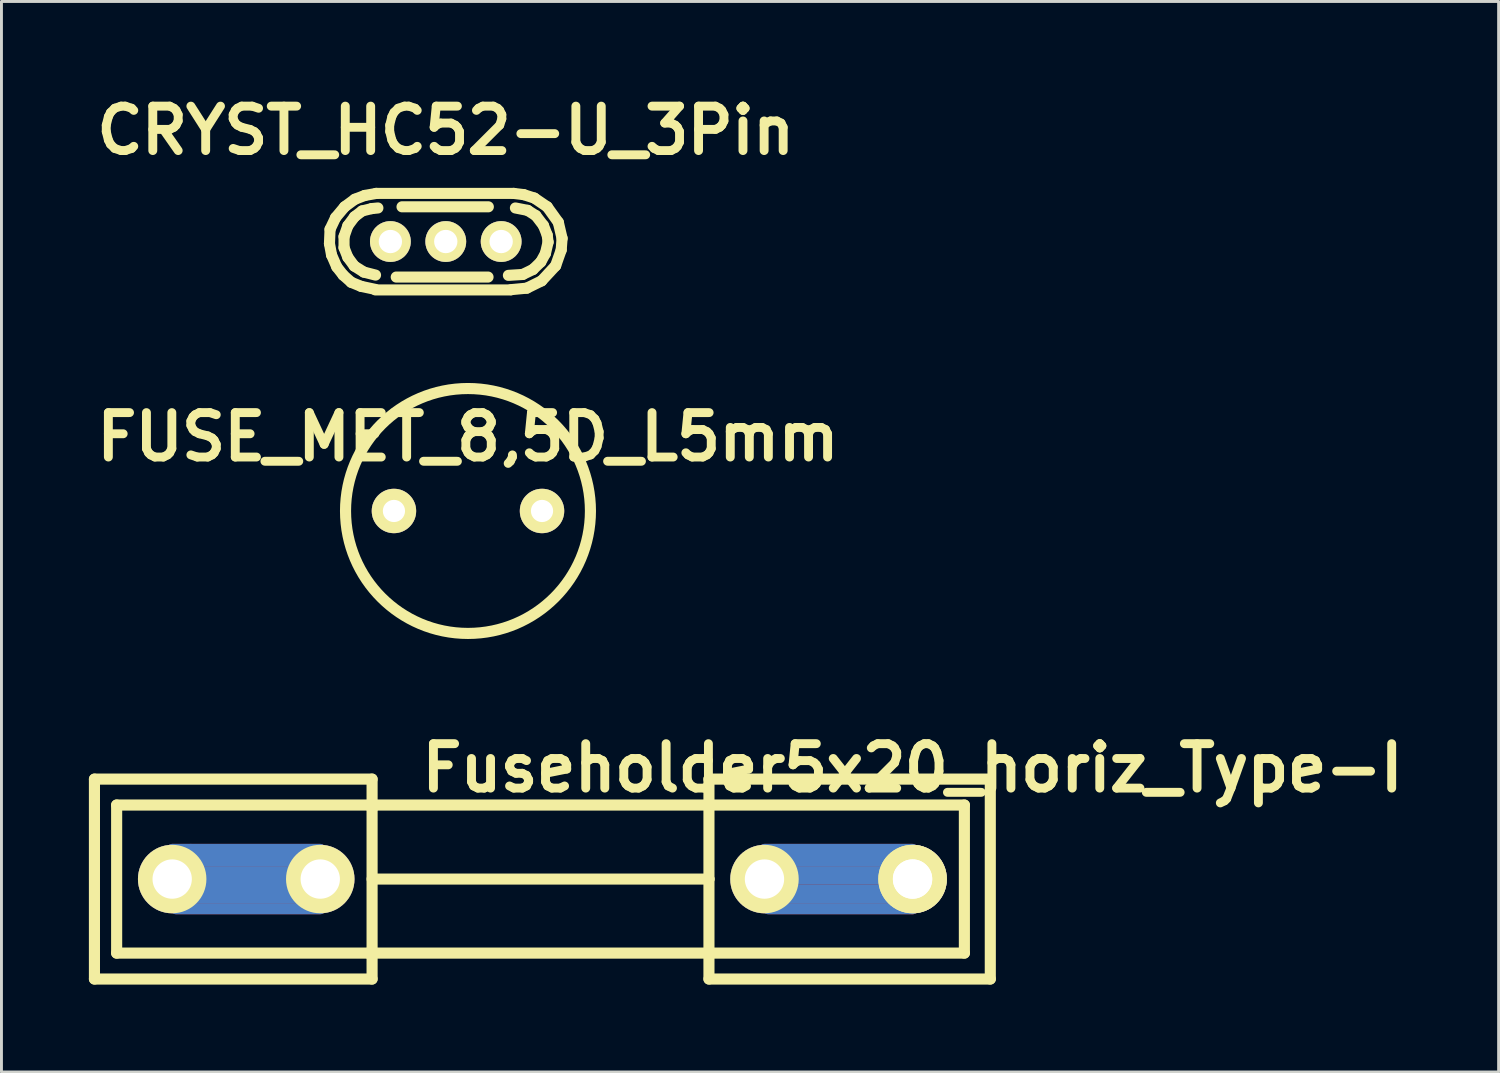
<source format=kicad_pcb>
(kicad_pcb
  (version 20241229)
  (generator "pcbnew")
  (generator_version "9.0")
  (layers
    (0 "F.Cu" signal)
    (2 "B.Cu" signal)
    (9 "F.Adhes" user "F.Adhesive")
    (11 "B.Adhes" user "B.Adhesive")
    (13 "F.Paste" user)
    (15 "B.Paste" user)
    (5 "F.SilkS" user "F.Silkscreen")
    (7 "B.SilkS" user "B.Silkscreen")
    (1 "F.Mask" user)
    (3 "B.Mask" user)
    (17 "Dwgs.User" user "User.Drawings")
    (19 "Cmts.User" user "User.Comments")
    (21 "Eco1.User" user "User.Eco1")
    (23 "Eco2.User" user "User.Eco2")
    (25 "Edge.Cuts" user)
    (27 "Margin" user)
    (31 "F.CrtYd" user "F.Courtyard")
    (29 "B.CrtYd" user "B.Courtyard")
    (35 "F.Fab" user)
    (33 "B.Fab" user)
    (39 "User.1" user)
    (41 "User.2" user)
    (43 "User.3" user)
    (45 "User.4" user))
  (footprint "CRYST_HC52-U_3Pin"
    (layer "F.Cu")
    (at 12.243 5.236)
    (property "Reference" "CRYST_HC52-U_3Pin" (at 0 -3.81 0) (layer "F.SilkS") (effects (font (size 1.524 1.524) (thickness 0.305))))
    (attr through_hole)
    (fp_line (start -3.99 0.071) (end -3.97 -0.419) (stroke (width 0.381) (type solid)) (layer "F.SilkS"))
    (fp_line (start -3.97 -0.419) (end -3.78 -0.82) (stroke (width 0.381) (type solid)) (layer "F.SilkS"))
    (fp_line (start -3.919 0.46) (end -3.99 0.071) (stroke (width 0.381) (type solid)) (layer "F.SilkS"))
    (fp_line (start -3.78 -0.82) (end -3.47 -1.191) (stroke (width 0.381) (type solid)) (layer "F.SilkS"))
    (fp_line (start -3.739 0.871) (end -3.919 0.46) (stroke (width 0.381) (type solid)) (layer "F.SilkS"))
    (fp_line (start -3.52 1.151) (end -3.739 0.871) (stroke (width 0.381) (type solid)) (layer "F.SilkS"))
    (fp_line (start -3.49 -0.17) (end -3.36 -0.541) (stroke (width 0.381) (type solid)) (layer "F.SilkS"))
    (fp_line (start -3.49 0.211) (end -3.49 -0.17) (stroke (width 0.381) (type solid)) (layer "F.SilkS"))
    (fp_line (start -3.47 -1.191) (end -3.119 -1.45) (stroke (width 0.381) (type solid)) (layer "F.SilkS"))
    (fp_line (start -3.36 -0.541) (end -3.129 -0.851) (stroke (width 0.381) (type solid)) (layer "F.SilkS"))
    (fp_line (start -3.36 0.541) (end -3.49 0.211) (stroke (width 0.381) (type solid)) (layer "F.SilkS"))
    (fp_line (start -3.241 1.4) (end -3.52 1.151) (stroke (width 0.381) (type solid)) (layer "F.SilkS"))
    (fp_line (start -3.139 0.841) (end -3.36 0.541) (stroke (width 0.381) (type solid)) (layer "F.SilkS"))
    (fp_line (start -3.129 -0.851) (end -2.87 -1.049) (stroke (width 0.381) (type solid)) (layer "F.SilkS"))
    (fp_line (start -3.119 -1.45) (end -2.779 -1.58) (stroke (width 0.381) (type solid)) (layer "F.SilkS"))
    (fp_line (start -2.901 1.539) (end -3.241 1.4) (stroke (width 0.381) (type solid)) (layer "F.SilkS"))
    (fp_line (start -2.87 -1.049) (end -2.54 -1.13) (stroke (width 0.381) (type solid)) (layer "F.SilkS"))
    (fp_line (start -2.809 1.049) (end -3.139 0.841) (stroke (width 0.381) (type solid)) (layer "F.SilkS"))
    (fp_line (start -2.779 -1.58) (end -2.38 -1.651) (stroke (width 0.381) (type solid)) (layer "F.SilkS"))
    (fp_line (start -2.54 -1.13) (end -2.329 -1.151) (stroke (width 0.381) (type solid)) (layer "F.SilkS"))
    (fp_line (start -2.421 1.641) (end -2.901 1.539) (stroke (width 0.381) (type solid)) (layer "F.SilkS"))
    (fp_line (start -2.41 1.151) (end -2.809 1.049) (stroke (width 0.381) (type solid)) (layer "F.SilkS"))
    (fp_line (start -2.39 -1.651) (end 2.329 -1.651) (stroke (width 0.381) (type solid)) (layer "F.SilkS"))
    (fp_line (start -1.699 1.219) (end 1.45 1.219) (stroke (width 0.381) (type solid)) (layer "F.SilkS"))
    (fp_line (start 1.46 -1.191) (end -1.501 -1.191) (stroke (width 0.381) (type solid)) (layer "F.SilkS"))
    (fp_line (start 2.22 1.661) (end -2.41 1.661) (stroke (width 0.381) (type solid)) (layer "F.SilkS"))
    (fp_line (start 2.329 -1.651) (end 2.67 -1.61) (stroke (width 0.381) (type solid)) (layer "F.SilkS"))
    (fp_line (start 2.39 -1.151) (end 2.809 -1.069) (stroke (width 0.381) (type solid)) (layer "F.SilkS"))
    (fp_line (start 2.639 1.13) (end 2.149 1.161) (stroke (width 0.381) (type solid)) (layer "F.SilkS"))
    (fp_line (start 2.67 -1.61) (end 3.04 -1.491) (stroke (width 0.381) (type solid)) (layer "F.SilkS"))
    (fp_line (start 2.779 1.6) (end 2.24 1.651) (stroke (width 0.381) (type solid)) (layer "F.SilkS"))
    (fp_line (start 2.809 -1.069) (end 3.091 -0.889) (stroke (width 0.381) (type solid)) (layer "F.SilkS"))
    (fp_line (start 2.99 0.96) (end 2.639 1.13) (stroke (width 0.381) (type solid)) (layer "F.SilkS"))
    (fp_line (start 3.04 -1.491) (end 3.48 -1.191) (stroke (width 0.381) (type solid)) (layer "F.SilkS"))
    (fp_line (start 3.091 -0.889) (end 3.35 -0.551) (stroke (width 0.381) (type solid)) (layer "F.SilkS"))
    (fp_line (start 3.259 0.701) (end 2.99 0.96) (stroke (width 0.381) (type solid)) (layer "F.SilkS"))
    (fp_line (start 3.289 1.349) (end 2.779 1.6) (stroke (width 0.381) (type solid)) (layer "F.SilkS"))
    (fp_line (start 3.35 -0.551) (end 3.48 -0.221) (stroke (width 0.381) (type solid)) (layer "F.SilkS"))
    (fp_line (start 3.419 0.409) (end 3.259 0.701) (stroke (width 0.381) (type solid)) (layer "F.SilkS"))
    (fp_line (start 3.48 -1.191) (end 3.861 -0.66) (stroke (width 0.381) (type solid)) (layer "F.SilkS"))
    (fp_line (start 3.48 -0.221) (end 3.51 0.02) (stroke (width 0.381) (type solid)) (layer "F.SilkS"))
    (fp_line (start 3.51 0.02) (end 3.419 0.409) (stroke (width 0.381) (type solid)) (layer "F.SilkS"))
    (fp_line (start 3.769 0.831) (end 3.289 1.349) (stroke (width 0.381) (type solid)) (layer "F.SilkS"))
    (fp_line (start 3.861 -0.66) (end 3.99 -0.109) (stroke (width 0.381) (type solid)) (layer "F.SilkS"))
    (fp_line (start 3.96 0.29) (end 3.769 0.831) (stroke (width 0.381) (type solid)) (layer "F.SilkS"))
    (fp_line (start 3.99 -0.109) (end 3.96 0.29) (stroke (width 0.381) (type solid)) (layer "F.SilkS"))
    (pad "1" thru_hole circle (at -1.9 0) (size 1.4 1.4) (drill 0.8) (layers "*.Cu" "*.Mask" "F.SilkS"))
    (pad "2" thru_hole circle (at 1.9 0) (size 1.4 1.4) (drill 0.8) (layers "*.Cu" "*.Mask" "F.SilkS"))
    (pad "3" thru_hole circle (at 0 0) (size 1.4 1.4) (drill 0.8) (layers "*.Cu" "*.Mask" "F.SilkS")))
  (footprint "Fuseholder5x20_horiz_Type-I"
    (layer "F.Cu")
    (at 15.557 27.108)
    (property "Reference" "Fuseholder5x20_horiz_Type-I" (at 12.7 -3.81 0) (layer "F.SilkS") (effects (font (size 1.524 1.524) (thickness 0.305))))
    (attr through_hole)
    (fp_line (start -12.7 -1.016) (end -7.62 -1.016) (stroke (width 0.381) (type solid)) (layer "F.Cu"))
    (fp_line (start -12.065 0.635) (end -8.382 0.635) (stroke (width 0.381) (type solid)) (layer "F.Cu"))
    (fp_line (start -11.938 -0.635) (end -8.509 -0.635) (stroke (width 0.381) (type solid)) (layer "F.Cu"))
    (fp_line (start -11.684 0) (end -8.636 0) (stroke (width 0.381) (type solid)) (layer "F.Cu"))
    (fp_line (start -8.636 -0.254) (end -11.684 -0.254) (stroke (width 0.381) (type solid)) (layer "F.Cu"))
    (fp_line (start -8.636 0.254) (end -11.684 0.254) (stroke (width 0.381) (type solid)) (layer "F.Cu"))
    (fp_line (start -7.62 1.016) (end -12.573 1.016) (stroke (width 0.381) (type solid)) (layer "F.Cu"))
    (fp_line (start 7.62 -1.016) (end 12.7 -1.016) (stroke (width 0.381) (type solid)) (layer "F.Cu"))
    (fp_line (start 8.255 -0.635) (end 11.938 -0.635) (stroke (width 0.381) (type solid)) (layer "F.Cu"))
    (fp_line (start 8.255 0.635) (end 11.938 0.635) (stroke (width 0.381) (type solid)) (layer "F.Cu"))
    (fp_line (start 8.509 -0.254) (end 11.811 -0.254) (stroke (width 0.381) (type solid)) (layer "F.Cu"))
    (fp_line (start 8.509 0.381) (end 8.255 0.635) (stroke (width 0.381) (type solid)) (layer "F.Cu"))
    (fp_line (start 8.636 0) (end 11.684 0) (stroke (width 0.381) (type solid)) (layer "F.Cu"))
    (fp_line (start 11.684 0) (end 11.811 0.381) (stroke (width 0.381) (type solid)) (layer "F.Cu"))
    (fp_line (start 11.811 0.381) (end 8.509 0.381) (stroke (width 0.381) (type solid)) (layer "F.Cu"))
    (fp_line (start 11.938 0.635) (end 12.7 1.016) (stroke (width 0.381) (type solid)) (layer "F.Cu"))
    (fp_line (start 12.7 1.016) (end 7.747 1.016) (stroke (width 0.381) (type solid)) (layer "F.Cu"))
    (fp_line (start -12.573 1.016) (end -7.62 1.016) (stroke (width 0.381) (type solid)) (layer "B.Cu"))
    (fp_line (start -12.065 -1.016) (end -12.7 -1.016) (stroke (width 0.381) (type solid)) (layer "B.Cu"))
    (fp_line (start -12.065 -1.016) (end -7.62 -1.016) (stroke (width 0.381) (type solid)) (layer "B.Cu"))
    (fp_line (start -12.065 0.635) (end -8.382 0.635) (stroke (width 0.381) (type solid)) (layer "B.Cu"))
    (fp_line (start -11.938 -0.635) (end -8.509 -0.635) (stroke (width 0.381) (type solid)) (layer "B.Cu"))
    (fp_line (start -11.684 -0.254) (end -8.636 -0.254) (stroke (width 0.381) (type solid)) (layer "B.Cu"))
    (fp_line (start -11.684 0) (end -8.636 0) (stroke (width 0.381) (type solid)) (layer "B.Cu"))
    (fp_line (start -11.684 0.254) (end -8.636 0.254) (stroke (width 0.381) (type solid)) (layer "B.Cu"))
    (fp_line (start 7.62 -1.016) (end 12.7 -1.016) (stroke (width 0.381) (type solid)) (layer "B.Cu"))
    (fp_line (start 7.747 1.016) (end 12.7 1.016) (stroke (width 0.381) (type solid)) (layer "B.Cu"))
    (fp_line (start 8.255 -0.635) (end 11.938 -0.635) (stroke (width 0.381) (type solid)) (layer "B.Cu"))
    (fp_line (start 8.255 0.635) (end 11.938 0.635) (stroke (width 0.381) (type solid)) (layer "B.Cu"))
    (fp_line (start 8.509 -0.254) (end 11.811 -0.254) (stroke (width 0.381) (type solid)) (layer "B.Cu"))
    (fp_line (start 8.509 0.381) (end 11.811 0.381) (stroke (width 0.381) (type solid)) (layer "B.Cu"))
    (fp_line (start 8.636 0) (end 11.684 0) (stroke (width 0.381) (type solid)) (layer "B.Cu"))
    (fp_line (start -15.367 -3.429) (end -15.367 3.429) (stroke (width 0.381) (type solid)) (layer "F.SilkS"))
    (fp_line (start -15.367 -3.429) (end -5.842 -3.429) (stroke (width 0.381) (type solid)) (layer "F.SilkS"))
    (fp_line (start -15.367 3.429) (end -5.842 3.429) (stroke (width 0.381) (type solid)) (layer "F.SilkS"))
    (fp_line (start -14.605 -2.54) (end -14.605 2.54) (stroke (width 0.381) (type solid)) (layer "F.SilkS"))
    (fp_line (start -14.605 2.54) (end -5.842 2.54) (stroke (width 0.381) (type solid)) (layer "F.SilkS"))
    (fp_line (start -5.842 -3.429) (end -5.842 -2.413) (stroke (width 0.381) (type solid)) (layer "F.SilkS"))
    (fp_line (start -5.842 -2.54) (end -14.605 -2.54) (stroke (width 0.381) (type solid)) (layer "F.SilkS"))
    (fp_line (start -5.842 -2.54) (end 5.715 -2.54) (stroke (width 0.381) (type solid)) (layer "F.SilkS"))
    (fp_line (start -5.842 0) (end -5.842 -2.54) (stroke (width 0.381) (type solid)) (layer "F.SilkS"))
    (fp_line (start -5.842 2.54) (end -5.842 0) (stroke (width 0.381) (type solid)) (layer "F.SilkS"))
    (fp_line (start -5.842 3.429) (end -5.842 2.54) (stroke (width 0.381) (type solid)) (layer "F.SilkS"))
    (fp_line (start 5.715 -3.429) (end 5.715 -2.54) (stroke (width 0.381) (type solid)) (layer "F.SilkS"))
    (fp_line (start 5.715 -2.54) (end 14.478 -2.54) (stroke (width 0.381) (type solid)) (layer "F.SilkS"))
    (fp_line (start 5.715 0) (end -5.715 0) (stroke (width 0.381) (type solid)) (layer "F.SilkS"))
    (fp_line (start 5.715 0) (end 5.715 -2.54) (stroke (width 0.381) (type solid)) (layer "F.SilkS"))
    (fp_line (start 5.715 2.54) (end -5.969 2.54) (stroke (width 0.381) (type solid)) (layer "F.SilkS"))
    (fp_line (start 5.715 2.54) (end 5.715 0) (stroke (width 0.381) (type solid)) (layer "F.SilkS"))
    (fp_line (start 5.715 3.429) (end 5.715 2.54) (stroke (width 0.381) (type solid)) (layer "F.SilkS"))
    (fp_line (start 14.478 -2.54) (end 14.478 2.54) (stroke (width 0.381) (type solid)) (layer "F.SilkS"))
    (fp_line (start 14.478 2.54) (end 5.715 2.54) (stroke (width 0.381) (type solid)) (layer "F.SilkS"))
    (fp_line (start 15.367 -3.429) (end 5.715 -3.429) (stroke (width 0.381) (type solid)) (layer "F.SilkS"))
    (fp_line (start 15.367 -3.429) (end 15.367 3.429) (stroke (width 0.381) (type solid)) (layer "F.SilkS"))
    (fp_line (start 15.367 3.429) (end 5.715 3.429) (stroke (width 0.381) (type solid)) (layer "F.SilkS"))
    (pad "1" thru_hole circle (at -12.7 0) (size 2.349 2.349) (drill 1.349) (layers "*.Cu" "*.Mask" "F.SilkS"))
    (pad "1" thru_hole circle (at -7.62 0) (size 2.349 2.349) (drill 1.349) (layers "*.Cu" "*.Mask" "F.SilkS"))
    (pad "2" thru_hole circle (at 7.62 0) (size 2.349 2.349) (drill 1.349) (layers "*.Cu" "*.Mask" "F.SilkS"))
    (pad "2" thru_hole circle (at 12.7 0) (size 2.349 2.349) (drill 1.349) (layers "*.Cu" "*.Mask" "F.SilkS"))
    (pad "2" thru_hole circle (at 12.7 0) (size 2.349 2.349) (drill 1.349) (layers "*.Cu" "*.Mask" "F.SilkS")))
  (footprint "FUSE_MET_8,5D_L5mm"
    (layer "F.Cu")
    (at 13.005 14.48)
    (property "Reference" "FUSE_MET_8,5D_L5mm" (at 0 -2.54 0) (layer "F.SilkS") (effects (font (size 1.524 1.524) (thickness 0.305))))
    (attr through_hole)
    (fp_circle (center 0 0) (end 4.201 0) (stroke (width 0.381) (type solid)) (fill no) (layer "F.SilkS"))
    (pad "1" thru_hole circle (at -2.54 0) (size 1.524 1.524) (drill 0.762) (layers "*.Cu" "*.Mask" "F.SilkS"))
    (pad "2" thru_hole circle (at 2.54 0) (size 1.524 1.524) (drill 0.762) (layers "*.Cu" "*.Mask" "F.SilkS")))
  (gr_rect
    (start -3 -3)
    (end 48.363 33.727)
    (stroke (width 0.1) (type default))
    (fill no)
    (layer "Edge.Cuts")))
</source>
